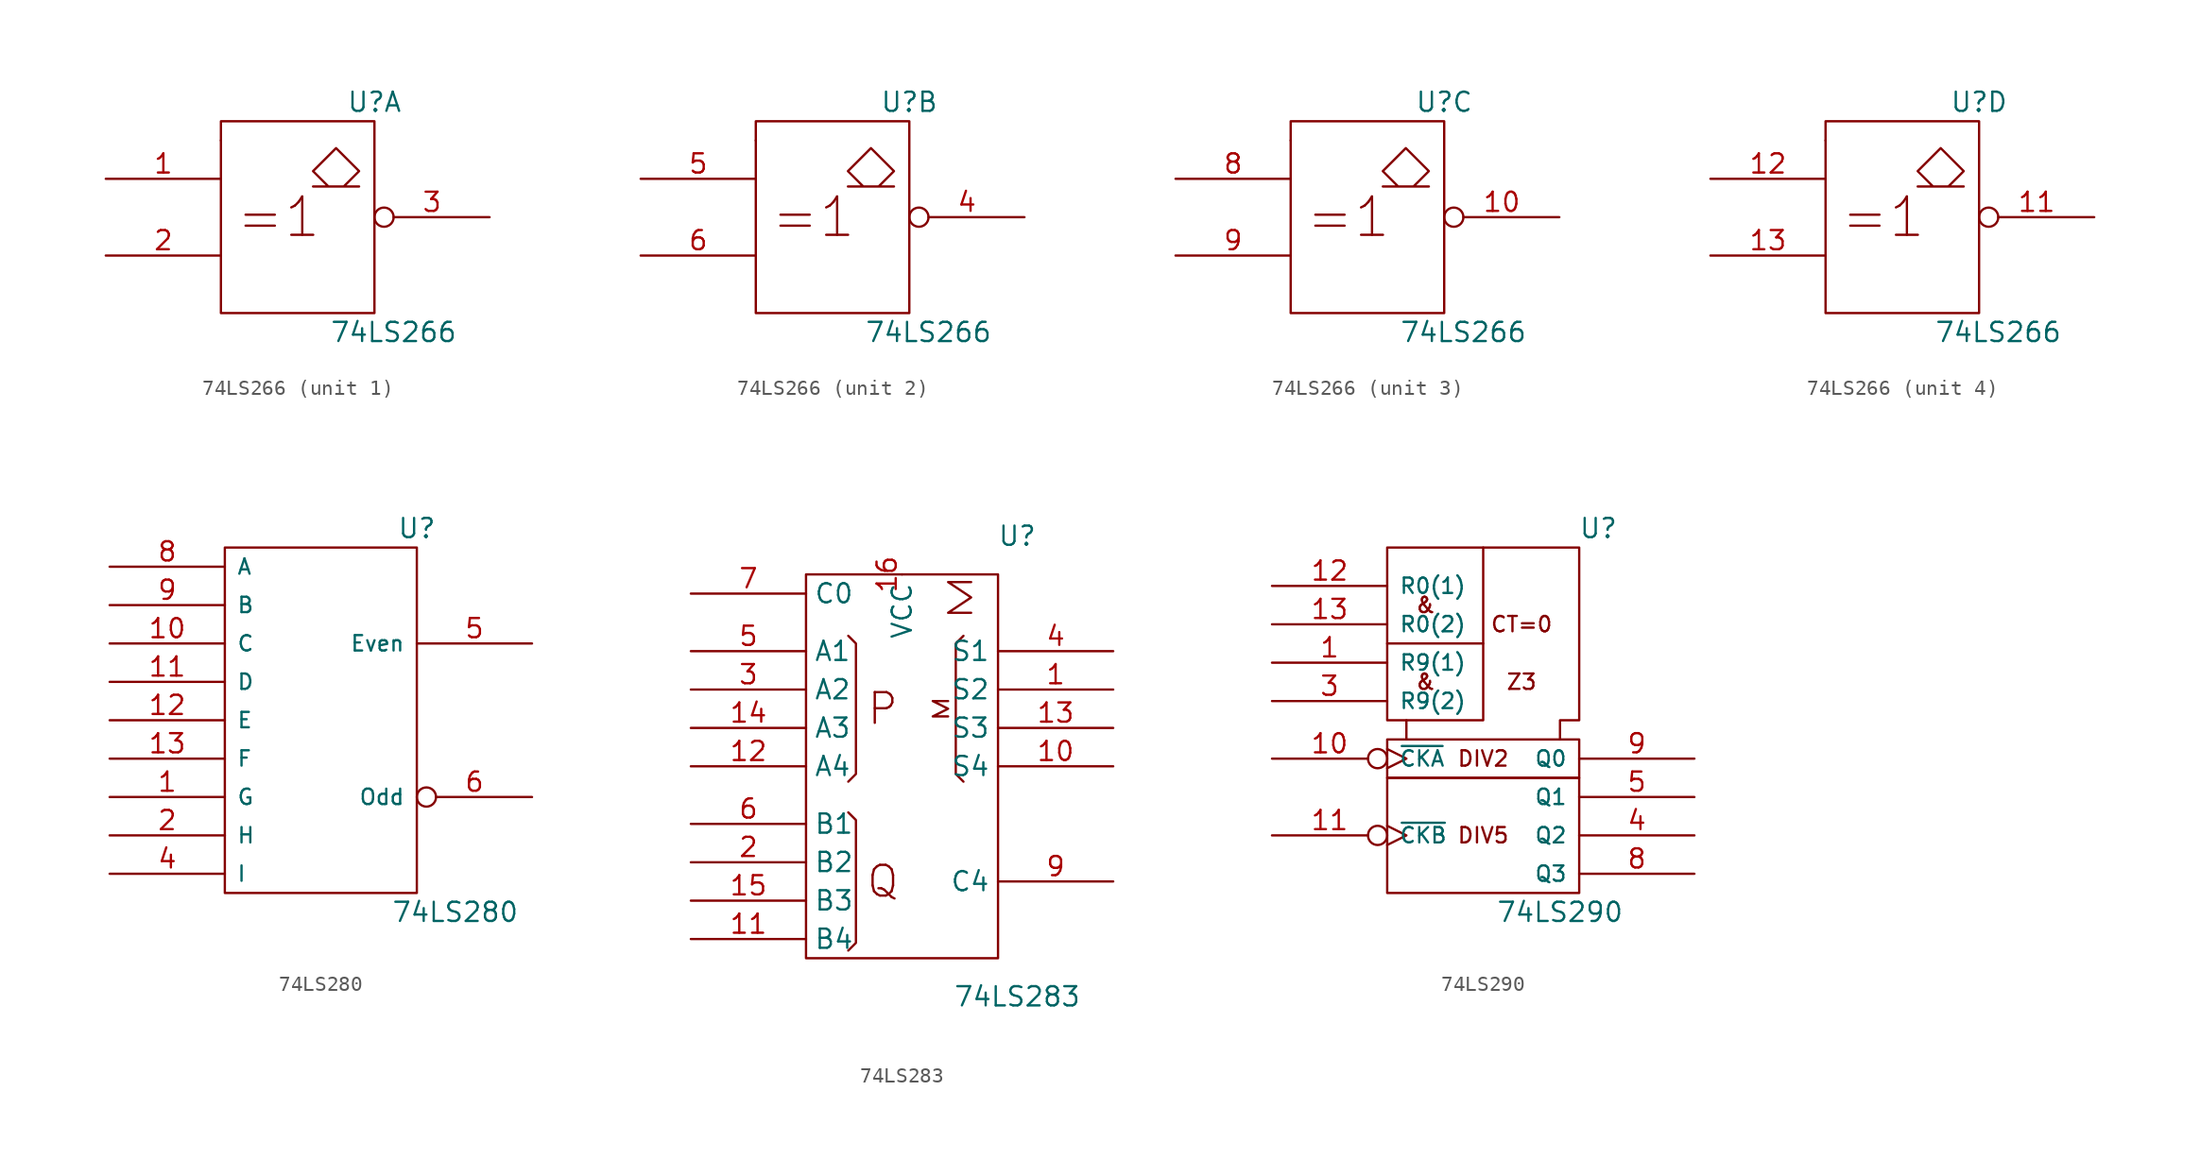
<source format=kicad_sym>
(kicad_symbol_lib
  (version 20201005)
  (generator kicad_symbol_editor)
  (symbol "74xx_IEEE:74LS266"
    (pin_names
      (offset 0.762))
    (property "Reference" "U"
      (at 5.08 7.62 0)
      (effects (font (size 1.27 1.27))))
    (property "Value" "74LS266"
      (at 6.35 -7.62 0)
      (effects (font (size 1.27 1.27))))
    (symbol "74LS266_0_0"
      (text "=1" (at -1.27 0 0) (effects (font (size 2.54 2.54))))
      (rectangle (start -5.08 5.08) (end -5.08 5.08) (stroke (width 0)) (fill (type none)))
      (polyline (pts (xy 3.048 2.032) (xy 4.064 3.048) (xy 2.54 4.572) (xy 1.016 3.048) (xy 2.032 2.032) (xy 1.016 2.032) (xy 4.064 2.032) (xy 4.064 2.032)) (stroke (width 0)) (fill (type none))))
    (symbol "74LS266_0_1"
      (rectangle (start -5.08 6.35) (end 5.08 -6.35) (stroke (width 0)) (fill (type none)))
      (pin power_in line (at 0 6.35 270) (length 0) hide (name "VCC" (effects (font (size 1.27 1.27)))) (number "14" (effects (font (size 1.27 1.27)))))
      (pin power_in line (at 0 -6.35 90) (length 0) hide (name "GND" (effects (font (size 1.27 1.27)))) (number "7" (effects (font (size 1.27 1.27))))))
    (symbol "74LS266_1_1"
      (pin input line (at -12.7 2.54 0) (length 7.62) (name "~" (effects (font (size 1.27 1.27)))) (number "1" (effects (font (size 1.27 1.27)))))
      (pin input line (at -12.7 -2.54 0) (length 7.62) (name "~" (effects (font (size 1.27 1.27)))) (number "2" (effects (font (size 1.27 1.27)))))
      (pin output inverted (at 12.7 0 180) (length 7.62) (name "~" (effects (font (size 1.27 1.27)))) (number "3" (effects (font (size 1.27 1.27))))))
    (symbol "74LS266_2_1"
      (pin output inverted (at 12.7 0 180) (length 7.62) (name "~" (effects (font (size 1.27 1.27)))) (number "4" (effects (font (size 1.27 1.27)))))
      (pin input line (at -12.7 2.54 0) (length 7.62) (name "~" (effects (font (size 1.27 1.27)))) (number "5" (effects (font (size 1.27 1.27)))))
      (pin input line (at -12.7 -2.54 0) (length 7.62) (name "~" (effects (font (size 1.27 1.27)))) (number "6" (effects (font (size 1.27 1.27))))))
    (symbol "74LS266_3_1"
      (pin output inverted (at 12.7 0 180) (length 7.62) (name "~" (effects (font (size 1.27 1.27)))) (number "10" (effects (font (size 1.27 1.27)))))
      (pin input line (at -12.7 2.54 0) (length 7.62) (name "~" (effects (font (size 1.27 1.27)))) (number "8" (effects (font (size 1.27 1.27)))))
      (pin input line (at -12.7 -2.54 0) (length 7.62) (name "~" (effects (font (size 1.27 1.27)))) (number "9" (effects (font (size 1.27 1.27))))))
    (symbol "74LS266_4_1"
      (pin output inverted (at 12.7 0 180) (length 7.62) (name "~" (effects (font (size 1.27 1.27)))) (number "11" (effects (font (size 1.27 1.27)))))
      (pin input line (at -12.7 2.54 0) (length 7.62) (name "~" (effects (font (size 1.27 1.27)))) (number "12" (effects (font (size 1.27 1.27)))))
      (pin input line (at -12.7 -2.54 0) (length 7.62) (name "~" (effects (font (size 1.27 1.27)))) (number "13" (effects (font (size 1.27 1.27)))))))
  (symbol "74xx_IEEE:74LS280"
    (pin_names
      (offset 0.762))
    (property "Reference" "U"
      (at 6.35 12.7 0)
      (effects (font (size 1.27 1.27))))
    (property "Value" "74LS280"
      (at 8.89 -12.7 0)
      (effects (font (size 1.27 1.27))))
    (symbol "74LS280_0_0"
      (rectangle (start -6.35 11.43) (end 6.35 -11.43) (stroke (width 0)) (fill (type none)))
      (pin power_in line (at 0 11.43 270) (length 0) hide (name "VCC" (effects (font (size 1.016 1.016)))) (number "14" (effects (font (size 1.27 1.27)))))
      (pin power_in line (at 0 -11.43 90) (length 0) hide (name "GND" (effects (font (size 1.016 1.016)))) (number "7" (effects (font (size 1.27 1.27))))))
    (symbol "74LS280_1_1"
      (pin input line (at -13.97 -5.08 0) (length 7.62) (name "G" (effects (font (size 1.016 1.016)))) (number "1" (effects (font (size 1.27 1.27)))))
      (pin input line (at -13.97 5.08 0) (length 7.62) (name "C" (effects (font (size 1.016 1.016)))) (number "10" (effects (font (size 1.27 1.27)))))
      (pin input line (at -13.97 2.54 0) (length 7.62) (name "D" (effects (font (size 1.016 1.016)))) (number "11" (effects (font (size 1.27 1.27)))))
      (pin input line (at -13.97 0 0) (length 7.62) (name "E" (effects (font (size 1.016 1.016)))) (number "12" (effects (font (size 1.27 1.27)))))
      (pin input line (at -13.97 -2.54 0) (length 7.62) (name "F" (effects (font (size 1.016 1.016)))) (number "13" (effects (font (size 1.27 1.27)))))
      (pin input line (at -13.97 -7.62 0) (length 7.62) (name "H" (effects (font (size 1.016 1.016)))) (number "2" (effects (font (size 1.27 1.27)))))
      (pin input line (at -13.97 -10.16 0) (length 7.62) (name "I" (effects (font (size 1.016 1.016)))) (number "4" (effects (font (size 1.27 1.27)))))
      (pin output line (at 13.97 5.08 180) (length 7.62) (name "Even" (effects (font (size 1.016 1.016)))) (number "5" (effects (font (size 1.27 1.27)))))
      (pin output inverted (at 13.97 -5.08 180) (length 7.62) (name "Odd" (effects (font (size 1.016 1.016)))) (number "6" (effects (font (size 1.27 1.27)))))
      (pin input line (at -13.97 10.16 0) (length 7.62) (name "A" (effects (font (size 1.016 1.016)))) (number "8" (effects (font (size 1.27 1.27)))))
      (pin input line (at -13.97 7.62 0) (length 7.62) (name "B" (effects (font (size 1.016 1.016)))) (number "9" (effects (font (size 1.27 1.27)))))))
  (symbol "74xx_IEEE:74LS283"
    (property "Reference" "U"
      (at 7.62 15.24 0)
      (effects (font (size 1.27 1.27))))
    (property "Value" "74LS283"
      (at 7.62 -15.24 0)
      (effects (font (size 1.27 1.27))))
    (symbol "74LS283_0_0"
      (text "P" (at -1.27 3.81 0) (effects (font (size 2.032 2.032))))
      (text "Q" (at -1.27 -7.62 0) (effects (font (size 2.032 2.032))))
      (rectangle (start -6.35 12.7) (end 6.35 -12.7) (stroke (width 0)) (fill (type none)))
      (polyline (pts (xy -3.556 -3.048) (xy -3.048 -3.556) (xy -3.048 -11.684) (xy -3.556 -12.192) (xy -3.556 -12.192)) (stroke (width 0)) (fill (type none)))
      (polyline (pts (xy -3.556 8.636) (xy -3.048 8.128) (xy -3.048 -0.508) (xy -3.556 -1.016) (xy -3.556 -1.016)) (stroke (width 0)) (fill (type none)))
      (polyline (pts (xy 4.064 8.636) (xy 3.556 8.128) (xy 3.556 -0.508) (xy 4.064 -1.016) (xy 4.064 -1.016)) (stroke (width 0)) (fill (type none)))
      (polyline (pts (xy 3.048 4.318) (xy 2.032 4.318) (xy 3.048 3.81) (xy 2.032 3.302) (xy 3.048 3.302) (xy 3.048 3.302)) (stroke (width 0)) (fill (type none)))
      (polyline (pts (xy 4.572 12.192) (xy 3.048 12.192) (xy 4.572 11.176) (xy 3.048 10.16) (xy 4.572 10.16) (xy 4.572 10.16)) (stroke (width 0)) (fill (type none)))
      (pin power_in line (at 0 12.7 270) (length 0) (name "VCC" (effects (font (size 1.27 1.27)))) (number "16" (effects (font (size 1.27 1.27)))))
      (pin power_in line (at 0 -12.7 90) (length 0) hide (name "GND" (effects (font (size 1.27 1.27)))) (number "8" (effects (font (size 1.27 1.27))))))
    (symbol "74LS283_1_1"
      (pin output line (at 13.97 5.08 180) (length 7.62) (name "S2" (effects (font (size 1.27 1.27)))) (number "1" (effects (font (size 1.27 1.27)))))
      (pin output line (at 13.97 0 180) (length 7.62) (name "S4" (effects (font (size 1.27 1.27)))) (number "10" (effects (font (size 1.27 1.27)))))
      (pin input line (at -13.97 -11.43 0) (length 7.62) (name "B4" (effects (font (size 1.27 1.27)))) (number "11" (effects (font (size 1.27 1.27)))))
      (pin input line (at -13.97 0 0) (length 7.62) (name "A4" (effects (font (size 1.27 1.27)))) (number "12" (effects (font (size 1.27 1.27)))))
      (pin output line (at 13.97 2.54 180) (length 7.62) (name "S3" (effects (font (size 1.27 1.27)))) (number "13" (effects (font (size 1.27 1.27)))))
      (pin input line (at -13.97 2.54 0) (length 7.62) (name "A3" (effects (font (size 1.27 1.27)))) (number "14" (effects (font (size 1.27 1.27)))))
      (pin input line (at -13.97 -8.89 0) (length 7.62) (name "B3" (effects (font (size 1.27 1.27)))) (number "15" (effects (font (size 1.27 1.27)))))
      (pin input line (at -13.97 -6.35 0) (length 7.62) (name "B2" (effects (font (size 1.27 1.27)))) (number "2" (effects (font (size 1.27 1.27)))))
      (pin input line (at -13.97 5.08 0) (length 7.62) (name "A2" (effects (font (size 1.27 1.27)))) (number "3" (effects (font (size 1.27 1.27)))))
      (pin output line (at 13.97 7.62 180) (length 7.62) (name "S1" (effects (font (size 1.27 1.27)))) (number "4" (effects (font (size 1.27 1.27)))))
      (pin input line (at -13.97 7.62 0) (length 7.62) (name "A1" (effects (font (size 1.27 1.27)))) (number "5" (effects (font (size 1.27 1.27)))))
      (pin input line (at -13.97 -3.81 0) (length 7.62) (name "B1" (effects (font (size 1.27 1.27)))) (number "6" (effects (font (size 1.27 1.27)))))
      (pin input line (at -13.97 11.43 0) (length 7.62) (name "C0" (effects (font (size 1.27 1.27)))) (number "7" (effects (font (size 1.27 1.27)))))
      (pin output line (at 13.97 -7.62 180) (length 7.62) (name "C4" (effects (font (size 1.27 1.27)))) (number "9" (effects (font (size 1.27 1.27)))))))
  (symbol "74xx_IEEE:74LS290"
    (pin_names
      (offset 0.762))
    (property "Reference" "U"
      (at 7.62 12.7 0)
      (effects (font (size 1.27 1.27))))
    (property "Value" "74LS290"
      (at 5.08 -12.7 0)
      (effects (font (size 1.27 1.27))))
    (symbol "74LS290_0_0"
      (text "&" (at -3.81 2.54 0) (effects (font (size 1.016 1.016))))
      (text "&" (at -3.81 7.62 0) (effects (font (size 1.016 1.016))))
      (text "CT=0" (at 2.54 6.35 0) (effects (font (size 1.016 1.016))))
      (text "DIV2" (at 0 -2.54 0) (effects (font (size 1.016 1.016))))
      (text "DIV5" (at 0 -7.62 0) (effects (font (size 1.016 1.016))))
      (text "Z3" (at 2.54 2.54 0) (effects (font (size 1.016 1.016))))
      (rectangle (start -6.35 -3.81) (end 6.35 -11.43) (stroke (width 0)) (fill (type none)))
      (rectangle (start -6.35 -1.27) (end 6.35 -3.81) (stroke (width 0)) (fill (type none)))
      (polyline (pts (xy 0 5.08) (xy -6.35 5.08) (xy -6.35 5.08)) (stroke (width 0)) (fill (type none)))
      (polyline (pts (xy 0 11.43) (xy 0 0) (xy -5.08 0) (xy -5.08 0)) (stroke (width 0)) (fill (type none)))
      (polyline (pts (xy -5.08 -1.27) (xy -5.08 0) (xy -6.35 0) (xy -6.35 11.43) (xy 6.35 11.43) (xy 6.35 0) (xy 5.08 0) (xy 5.08 -1.27) (xy 5.08 -1.27)) (stroke (width 0)) (fill (type none)))
      (pin power_in line (at 5.08 11.43 270) (length 0) hide (name "VCC" (effects (font (size 1.016 1.016)))) (number "16" (effects (font (size 1.27 1.27)))))
      (pin input line (at 1.27 11.43 270) (length 0) hide (name "GND" (effects (font (size 1.016 1.016)))) (number "8" (effects (font (size 1.27 1.27))))))
    (symbol "74LS290_1_1"
      (pin input line (at -13.97 3.81 0) (length 7.62) (name "R9(1)" (effects (font (size 1.016 1.016)))) (number "1" (effects (font (size 1.27 1.27)))))
      (pin input inverted_clock (at -13.97 -2.54 0) (length 7.62) (name "~CKA" (effects (font (size 1.016 1.016)))) (number "10" (effects (font (size 1.27 1.27)))))
      (pin input inverted_clock (at -13.97 -7.62 0) (length 7.62) (name "~CKB" (effects (font (size 1.016 1.016)))) (number "11" (effects (font (size 1.27 1.27)))))
      (pin input line (at -13.97 8.89 0) (length 7.62) (name "R0(1)" (effects (font (size 1.016 1.016)))) (number "12" (effects (font (size 1.27 1.27)))))
      (pin input line (at -13.97 6.35 0) (length 7.62) (name "R0(2)" (effects (font (size 1.016 1.016)))) (number "13" (effects (font (size 1.27 1.27)))))
      (pin input line (at -13.97 1.27 0) (length 7.62) (name "R9(2)" (effects (font (size 1.016 1.016)))) (number "3" (effects (font (size 1.27 1.27)))))
      (pin output line (at 13.97 -7.62 180) (length 7.62) (name "Q2" (effects (font (size 1.016 1.016)))) (number "4" (effects (font (size 1.27 1.27)))))
      (pin output line (at 13.97 -5.08 180) (length 7.62) (name "Q1" (effects (font (size 1.016 1.016)))) (number "5" (effects (font (size 1.27 1.27)))))
      (pin output line (at 13.97 -10.16 180) (length 7.62) (name "Q3" (effects (font (size 1.016 1.016)))) (number "8" (effects (font (size 1.27 1.27)))))
      (pin output line (at 13.97 -2.54 180) (length 7.62) (name "Q0" (effects (font (size 1.016 1.016)))) (number "9" (effects (font (size 1.27 1.27))))))))
</source>
